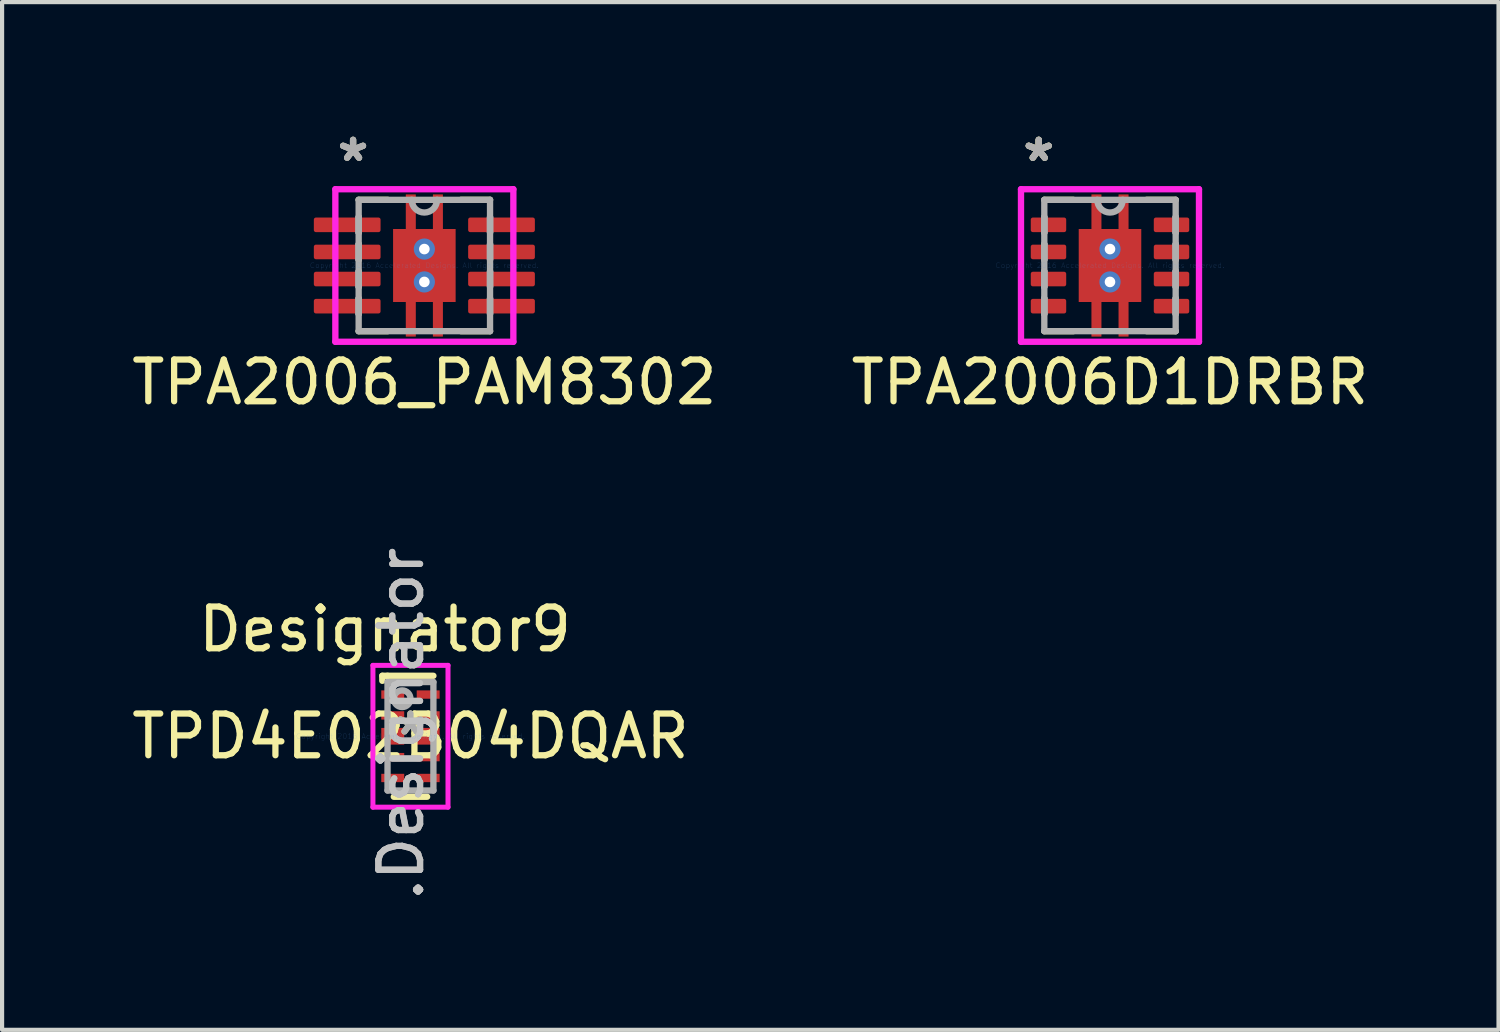
<source format=kicad_pcb>
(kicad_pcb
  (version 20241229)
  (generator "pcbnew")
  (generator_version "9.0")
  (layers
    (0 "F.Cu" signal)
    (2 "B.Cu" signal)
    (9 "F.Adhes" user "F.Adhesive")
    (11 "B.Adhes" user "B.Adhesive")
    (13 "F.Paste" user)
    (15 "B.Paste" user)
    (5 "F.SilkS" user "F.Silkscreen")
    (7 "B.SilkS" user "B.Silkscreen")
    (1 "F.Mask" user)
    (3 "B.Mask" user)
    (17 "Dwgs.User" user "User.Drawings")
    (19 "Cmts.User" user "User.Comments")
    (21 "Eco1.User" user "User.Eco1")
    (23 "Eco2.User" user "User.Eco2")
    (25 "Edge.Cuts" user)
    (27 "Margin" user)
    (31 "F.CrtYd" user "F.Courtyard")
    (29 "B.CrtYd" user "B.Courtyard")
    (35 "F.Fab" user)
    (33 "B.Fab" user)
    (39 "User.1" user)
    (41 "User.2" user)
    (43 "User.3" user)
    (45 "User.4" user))
  (footprint "TPA2006D1DRBR"
    (layer "F.Cu")
    (at 23.565 3.316)
    (property "Reference" "TPA2006D1DRBR" (at 0 2.8 0) (layer "F.SilkS") (effects (font (size 1 1) (thickness 0.15))))
    (fp_line (start -1.575 1.575) (end -0.88 1.575) (stroke (width 0.152) (type solid)) (layer "F.SilkS"))
    (fp_line (start -0.88 -1.575) (end -1.575 -1.575) (stroke (width 0.152) (type solid)) (layer "F.SilkS"))
    (fp_line (start 0.88 1.575) (end 1.575 1.575) (stroke (width 0.152) (type solid)) (layer "F.SilkS"))
    (fp_line (start 1.575 -1.575) (end 0.88 -1.575) (stroke (width 0.152) (type solid)) (layer "F.SilkS"))
    (fp_line (start -2.134 -1.829) (end 2.134 -1.829) (stroke (width 0.152) (type solid)) (layer "F.CrtYd"))
    (fp_line (start -2.134 1.829) (end -2.134 -1.829) (stroke (width 0.152) (type solid)) (layer "F.CrtYd"))
    (fp_line (start 2.134 -1.829) (end 2.134 1.829) (stroke (width 0.152) (type solid)) (layer "F.CrtYd"))
    (fp_line (start 2.134 1.829) (end -2.134 1.829) (stroke (width 0.152) (type solid)) (layer "F.CrtYd"))
    (fp_line (start -1.575 -1.575) (end -1.575 1.575) (stroke (width 0.152) (type solid)) (layer "F.Fab"))
    (fp_line (start -1.575 -1.16) (end -1.575 -1.16) (stroke (width 0.152) (type solid)) (layer "F.Fab"))
    (fp_line (start -1.575 -1.16) (end -1.575 -0.79) (stroke (width 0.152) (type solid)) (layer "F.Fab"))
    (fp_line (start -1.575 -0.79) (end -1.575 -1.16) (stroke (width 0.152) (type solid)) (layer "F.Fab"))
    (fp_line (start -1.575 -0.79) (end -1.575 -0.79) (stroke (width 0.152) (type solid)) (layer "F.Fab"))
    (fp_line (start -1.575 -0.51) (end -1.575 -0.51) (stroke (width 0.152) (type solid)) (layer "F.Fab"))
    (fp_line (start -1.575 -0.51) (end -1.575 -0.14) (stroke (width 0.152) (type solid)) (layer "F.Fab"))
    (fp_line (start -1.575 -0.14) (end -1.575 -0.51) (stroke (width 0.152) (type solid)) (layer "F.Fab"))
    (fp_line (start -1.575 -0.14) (end -1.575 -0.14) (stroke (width 0.152) (type solid)) (layer "F.Fab"))
    (fp_line (start -1.575 0.14) (end -1.575 0.14) (stroke (width 0.152) (type solid)) (layer "F.Fab"))
    (fp_line (start -1.575 0.14) (end -1.575 0.51) (stroke (width 0.152) (type solid)) (layer "F.Fab"))
    (fp_line (start -1.575 0.51) (end -1.575 0.14) (stroke (width 0.152) (type solid)) (layer "F.Fab"))
    (fp_line (start -1.575 0.51) (end -1.575 0.51) (stroke (width 0.152) (type solid)) (layer "F.Fab"))
    (fp_line (start -1.575 0.79) (end -1.575 0.79) (stroke (width 0.152) (type solid)) (layer "F.Fab"))
    (fp_line (start -1.575 0.79) (end -1.575 1.16) (stroke (width 0.152) (type solid)) (layer "F.Fab"))
    (fp_line (start -1.575 1.16) (end -1.575 0.79) (stroke (width 0.152) (type solid)) (layer "F.Fab"))
    (fp_line (start -1.575 1.16) (end -1.575 1.16) (stroke (width 0.152) (type solid)) (layer "F.Fab"))
    (fp_line (start -1.575 1.575) (end 1.575 1.575) (stroke (width 0.152) (type solid)) (layer "F.Fab"))
    (fp_line (start 1.575 -1.575) (end -1.575 -1.575) (stroke (width 0.152) (type solid)) (layer "F.Fab"))
    (fp_line (start 1.575 -1.16) (end 1.575 -1.16) (stroke (width 0.152) (type solid)) (layer "F.Fab"))
    (fp_line (start 1.575 -1.16) (end 1.575 -0.79) (stroke (width 0.152) (type solid)) (layer "F.Fab"))
    (fp_line (start 1.575 -0.79) (end 1.575 -1.16) (stroke (width 0.152) (type solid)) (layer "F.Fab"))
    (fp_line (start 1.575 -0.79) (end 1.575 -0.79) (stroke (width 0.152) (type solid)) (layer "F.Fab"))
    (fp_line (start 1.575 -0.51) (end 1.575 -0.51) (stroke (width 0.152) (type solid)) (layer "F.Fab"))
    (fp_line (start 1.575 -0.51) (end 1.575 -0.14) (stroke (width 0.152) (type solid)) (layer "F.Fab"))
    (fp_line (start 1.575 -0.14) (end 1.575 -0.51) (stroke (width 0.152) (type solid)) (layer "F.Fab"))
    (fp_line (start 1.575 -0.14) (end 1.575 -0.14) (stroke (width 0.152) (type solid)) (layer "F.Fab"))
    (fp_line (start 1.575 0.14) (end 1.575 0.14) (stroke (width 0.152) (type solid)) (layer "F.Fab"))
    (fp_line (start 1.575 0.14) (end 1.575 0.51) (stroke (width 0.152) (type solid)) (layer "F.Fab"))
    (fp_line (start 1.575 0.51) (end 1.575 0.14) (stroke (width 0.152) (type solid)) (layer "F.Fab"))
    (fp_line (start 1.575 0.51) (end 1.575 0.51) (stroke (width 0.152) (type solid)) (layer "F.Fab"))
    (fp_line (start 1.575 0.79) (end 1.575 0.79) (stroke (width 0.152) (type solid)) (layer "F.Fab"))
    (fp_line (start 1.575 0.79) (end 1.575 1.16) (stroke (width 0.152) (type solid)) (layer "F.Fab"))
    (fp_line (start 1.575 1.16) (end 1.575 0.79) (stroke (width 0.152) (type solid)) (layer "F.Fab"))
    (fp_line (start 1.575 1.16) (end 1.575 1.16) (stroke (width 0.152) (type solid)) (layer "F.Fab"))
    (fp_line (start 1.575 1.575) (end 1.575 -1.575) (stroke (width 0.152) (type solid)) (layer "F.Fab"))
    (fp_arc (start 0.3048 -1.574999) (mid 0 -1.270199) (end -0.3048 -1.574999) (stroke (width 0.1524) (type solid)) (layer "F.Fab"))
    (fp_text user "*" (at -1.709 -2.468 0) (layer "F.SilkS") (effects (font (size 1 1) (thickness 0.15))))
    (fp_text user "*" (at -1.709 -2.468 0) (layer "F.SilkS") (effects (font (size 1 1) (thickness 0.15))))
    (fp_text user "Copyright 2016 Accelerated Designs. All rights reserved." (at 0 0 0) (layer "Cmts.User") (effects (font (size 0.127 0.127) (thickness 0.002))))
    (fp_text user "*" (at -1.709 -2.468 0) (layer "F.Fab") (effects (font (size 1 1) (thickness 0.15))))
    (fp_text user "*" (at -1.709 -2.468 0) (layer "F.Fab") (effects (font (size 1 1) (thickness 0.15))))
    (pad "1" smd roundrect (at -1.475 -0.975) (size 0.85 0.35) (layers "F.Cu" "F.Mask" "F.Paste") (roundrect_rratio 0.143))
    (pad "2" smd roundrect (at -1.475 -0.325) (size 0.85 0.35) (layers "F.Cu" "F.Mask" "F.Paste") (roundrect_rratio 0.143))
    (pad "3" smd roundrect (at -1.475 0.325) (size 0.85 0.35) (layers "F.Cu" "F.Mask" "F.Paste") (roundrect_rratio 0.143))
    (pad "4" smd roundrect (at -1.475 0.975) (size 0.85 0.35) (layers "F.Cu" "F.Mask" "F.Paste") (roundrect_rratio 0.143))
    (pad "5" smd roundrect (at 1.475 0.975) (size 0.85 0.35) (layers "F.Cu" "F.Mask" "F.Paste") (roundrect_rratio 0.143))
    (pad "6" smd roundrect (at 1.475 0.325) (size 0.85 0.35) (layers "F.Cu" "F.Mask" "F.Paste") (roundrect_rratio 0.143))
    (pad "7" smd roundrect (at 1.475 -0.325) (size 0.85 0.35) (layers "F.Cu" "F.Mask" "F.Paste") (roundrect_rratio 0.143))
    (pad "8" smd roundrect (at 1.475 -0.975) (size 0.85 0.35) (layers "F.Cu" "F.Mask" "F.Paste") (roundrect_rratio 0.143))
    (pad "9" thru_hole circle (at 0 -0.394) (size 0.508 0.508) (drill 0.254) (layers "*.Cu" "*.Mask"))
    (pad "9" smd custom (at 0 0) (size 1.5 1.75) (layers "F.Cu" "F.Mask" "F.Paste") (options (anchor rect)) (primitives (gr_poly (pts (xy 0.21 0.875) (xy 0.44 0.875) (xy 0.44 1.7) (xy 0.21 1.7)) (width 0.01) (fill yes)) (gr_poly (pts (xy -0.21 -0.875) (xy -0.44 -0.875) (xy -0.44 -1.7) (xy -0.21 -1.7)) (width 0.01) (fill yes)) (gr_poly (pts (xy 0.44 -0.875) (xy 0.21 -0.875) (xy 0.21 -1.7) (xy 0.44 -1.7)) (width 0.01) (fill yes)) (gr_poly (pts (xy -0.44 0.875) (xy -0.21 0.875) (xy -0.21 1.7) (xy -0.44 1.7)) (width 0.01) (fill yes))))
    (pad "9" thru_hole circle (at 0 0.394) (size 0.508 0.508) (drill 0.254) (layers "*.Cu" "*.Mask")))
  (footprint "TPD4E02B04DQAR"
    (layer "F.Cu")
    (at 6.792 14.604)
    (property "Reference" "TPD4E02B04DQAR" (at 0 0 0) (layer "F.SilkS") (effects (font (size 1 1) (thickness 0.15))))
    (attr smd)
    (fp_line (start -0.675 -1.45) (end -0.55 -1.45) (stroke (width 0.152) (type solid)) (layer "F.SilkS"))
    (fp_line (start -0.675 -1.33) (end -0.675 -1.45) (stroke (width 0.152) (type solid)) (layer "F.SilkS"))
    (fp_line (start -0.55 -1.45) (end 0.55 -1.45) (stroke (width 0.152) (type solid)) (layer "F.SilkS"))
    (fp_line (start -0.4 1.45) (end 0.4 1.45) (stroke (width 0.152) (type solid)) (layer "F.SilkS"))
    (fp_line (start -0.9 -1.7) (end 0.9 -1.7) (stroke (width 0.12) (type solid)) (layer "F.CrtYd"))
    (fp_line (start -0.9 1.7) (end -0.9 -1.7) (stroke (width 0.12) (type solid)) (layer "F.CrtYd"))
    (fp_line (start 0.9 -1.7) (end 0.9 1.7) (stroke (width 0.12) (type solid)) (layer "F.CrtYd"))
    (fp_line (start 0.9 1.7) (end -0.9 1.7) (stroke (width 0.12) (type solid)) (layer "F.CrtYd"))
    (fp_line (start -0.55 -1.3) (end 0.55 -1.3) (stroke (width 0.152) (type solid)) (layer "F.Fab"))
    (fp_line (start -0.55 1.3) (end -0.55 -1.3) (stroke (width 0.152) (type solid)) (layer "F.Fab"))
    (fp_line (start -0.55 1.3) (end 0.55 1.3) (stroke (width 0.152) (type solid)) (layer "F.Fab"))
    (fp_line (start 0.55 1.3) (end 0.55 -1.3) (stroke (width 0.152) (type solid)) (layer "F.Fab"))
    (fp_circle (center -0.2 -0.9) (end 0 -0.9) (stroke (width 0.152) (type solid)) (fill no) (layer "F.Fab"))
    (fp_text user "*" (at 0 0 0) (layer "F.SilkS") (effects (font (size 1 1) (thickness 0.15))))
    (fp_text user "Designator9" (at -0.61 -2.565 0) (layer "F.SilkS") (effects (font (size 1 1) (thickness 0.15))))
    (fp_text user ".Designator" (at -0.225 -0.3 270) (layer "Dwgs.User") (effects (font (size 1 1) (thickness 0.15))))
    (fp_text user "Copyright 2016 Accelerated Designs. All rights reserved." (at 0 0 0) (layer "Cmts.User") (effects (font (size 0.127 0.127) (thickness 0.002))))
    (fp_text user ".Designator" (at -0.225 -0.3 270) (layer "F.Fab") (effects (font (size 1 1) (thickness 0.15))))
    (fp_text user "*" (at 0 0 0) (layer "F.Fab") (effects (font (size 1 1) (thickness 0.15))))
    (pad "1" smd rect (at -0.425 -1 90) (size 0.2 0.55) (layers "F.Cu" "F.Mask" "F.Paste"))
    (pad "2" smd rect (at -0.425 -0.5 90) (size 0.2 0.55) (layers "F.Cu" "F.Mask" "F.Paste"))
    (pad "3" smd rect (at -0.425 -0.000003 90) (size 0.4 0.55) (layers "F.Cu" "F.Mask" "F.Paste"))
    (pad "4" smd rect (at -0.425 0.5 90) (size 0.2 0.55) (layers "F.Cu" "F.Mask" "F.Paste"))
    (pad "5" smd rect (at -0.425 1 90) (size 0.2 0.55) (layers "F.Cu" "F.Mask" "F.Paste"))
    (pad "6" smd rect (at 0.425 1 90) (size 0.2 0.55) (layers "F.Cu" "F.Mask" "F.Paste"))
    (pad "7" smd rect (at 0.425 0.5 90) (size 0.2 0.55) (layers "F.Cu" "F.Mask" "F.Paste"))
    (pad "8" smd rect (at 0.425 -0.000003 90) (size 0.4 0.55) (layers "F.Cu" "F.Mask" "F.Paste"))
    (pad "9" smd rect (at 0.425 -0.5 90) (size 0.2 0.55) (layers "F.Cu" "F.Mask" "F.Paste"))
    (pad "10" smd rect (at 0.425 -1 90) (size 0.2 0.55) (layers "F.Cu" "F.Mask" "F.Paste")))
  (footprint "TPA2006_PAM8302"
    (layer "F.Cu")
    (at 7.125 3.316)
    (property "Reference" "TPA2006_PAM8302" (at 0 2.8 0) (layer "F.SilkS") (effects (font (size 1 1) (thickness 0.15))))
    (fp_line (start -1.575 1.575) (end -0.88 1.575) (stroke (width 0.152) (type solid)) (layer "F.SilkS"))
    (fp_line (start -0.88 -1.575) (end -1.575 -1.575) (stroke (width 0.152) (type solid)) (layer "F.SilkS"))
    (fp_line (start 0.88 1.575) (end 1.575 1.575) (stroke (width 0.152) (type solid)) (layer "F.SilkS"))
    (fp_line (start 1.575 -1.575) (end 0.88 -1.575) (stroke (width 0.152) (type solid)) (layer "F.SilkS"))
    (fp_line (start -2.134 -1.829) (end 2.134 -1.829) (stroke (width 0.152) (type solid)) (layer "F.CrtYd"))
    (fp_line (start -2.134 1.829) (end -2.134 -1.829) (stroke (width 0.152) (type solid)) (layer "F.CrtYd"))
    (fp_line (start 2.134 -1.829) (end 2.134 1.829) (stroke (width 0.152) (type solid)) (layer "F.CrtYd"))
    (fp_line (start 2.134 1.829) (end -2.134 1.829) (stroke (width 0.152) (type solid)) (layer "F.CrtYd"))
    (fp_line (start -1.575 -1.575) (end -1.575 1.575) (stroke (width 0.152) (type solid)) (layer "F.Fab"))
    (fp_line (start -1.575 -1.16) (end -1.575 -1.16) (stroke (width 0.152) (type solid)) (layer "F.Fab"))
    (fp_line (start -1.575 -1.16) (end -1.575 -0.79) (stroke (width 0.152) (type solid)) (layer "F.Fab"))
    (fp_line (start -1.575 -0.79) (end -1.575 -1.16) (stroke (width 0.152) (type solid)) (layer "F.Fab"))
    (fp_line (start -1.575 -0.79) (end -1.575 -0.79) (stroke (width 0.152) (type solid)) (layer "F.Fab"))
    (fp_line (start -1.575 -0.51) (end -1.575 -0.51) (stroke (width 0.152) (type solid)) (layer "F.Fab"))
    (fp_line (start -1.575 -0.51) (end -1.575 -0.14) (stroke (width 0.152) (type solid)) (layer "F.Fab"))
    (fp_line (start -1.575 -0.14) (end -1.575 -0.51) (stroke (width 0.152) (type solid)) (layer "F.Fab"))
    (fp_line (start -1.575 -0.14) (end -1.575 -0.14) (stroke (width 0.152) (type solid)) (layer "F.Fab"))
    (fp_line (start -1.575 0.14) (end -1.575 0.14) (stroke (width 0.152) (type solid)) (layer "F.Fab"))
    (fp_line (start -1.575 0.14) (end -1.575 0.51) (stroke (width 0.152) (type solid)) (layer "F.Fab"))
    (fp_line (start -1.575 0.51) (end -1.575 0.14) (stroke (width 0.152) (type solid)) (layer "F.Fab"))
    (fp_line (start -1.575 0.51) (end -1.575 0.51) (stroke (width 0.152) (type solid)) (layer "F.Fab"))
    (fp_line (start -1.575 0.79) (end -1.575 0.79) (stroke (width 0.152) (type solid)) (layer "F.Fab"))
    (fp_line (start -1.575 0.79) (end -1.575 1.16) (stroke (width 0.152) (type solid)) (layer "F.Fab"))
    (fp_line (start -1.575 1.16) (end -1.575 0.79) (stroke (width 0.152) (type solid)) (layer "F.Fab"))
    (fp_line (start -1.575 1.16) (end -1.575 1.16) (stroke (width 0.152) (type solid)) (layer "F.Fab"))
    (fp_line (start -1.575 1.575) (end 1.575 1.575) (stroke (width 0.152) (type solid)) (layer "F.Fab"))
    (fp_line (start 1.575 -1.575) (end -1.575 -1.575) (stroke (width 0.152) (type solid)) (layer "F.Fab"))
    (fp_line (start 1.575 -1.16) (end 1.575 -1.16) (stroke (width 0.152) (type solid)) (layer "F.Fab"))
    (fp_line (start 1.575 -1.16) (end 1.575 -0.79) (stroke (width 0.152) (type solid)) (layer "F.Fab"))
    (fp_line (start 1.575 -0.79) (end 1.575 -1.16) (stroke (width 0.152) (type solid)) (layer "F.Fab"))
    (fp_line (start 1.575 -0.79) (end 1.575 -0.79) (stroke (width 0.152) (type solid)) (layer "F.Fab"))
    (fp_line (start 1.575 -0.51) (end 1.575 -0.51) (stroke (width 0.152) (type solid)) (layer "F.Fab"))
    (fp_line (start 1.575 -0.51) (end 1.575 -0.14) (stroke (width 0.152) (type solid)) (layer "F.Fab"))
    (fp_line (start 1.575 -0.14) (end 1.575 -0.51) (stroke (width 0.152) (type solid)) (layer "F.Fab"))
    (fp_line (start 1.575 -0.14) (end 1.575 -0.14) (stroke (width 0.152) (type solid)) (layer "F.Fab"))
    (fp_line (start 1.575 0.14) (end 1.575 0.14) (stroke (width 0.152) (type solid)) (layer "F.Fab"))
    (fp_line (start 1.575 0.14) (end 1.575 0.51) (stroke (width 0.152) (type solid)) (layer "F.Fab"))
    (fp_line (start 1.575 0.51) (end 1.575 0.14) (stroke (width 0.152) (type solid)) (layer "F.Fab"))
    (fp_line (start 1.575 0.51) (end 1.575 0.51) (stroke (width 0.152) (type solid)) (layer "F.Fab"))
    (fp_line (start 1.575 0.79) (end 1.575 0.79) (stroke (width 0.152) (type solid)) (layer "F.Fab"))
    (fp_line (start 1.575 0.79) (end 1.575 1.16) (stroke (width 0.152) (type solid)) (layer "F.Fab"))
    (fp_line (start 1.575 1.16) (end 1.575 0.79) (stroke (width 0.152) (type solid)) (layer "F.Fab"))
    (fp_line (start 1.575 1.16) (end 1.575 1.16) (stroke (width 0.152) (type solid)) (layer "F.Fab"))
    (fp_line (start 1.575 1.575) (end 1.575 -1.575) (stroke (width 0.152) (type solid)) (layer "F.Fab"))
    (fp_arc (start 0.3048 -1.574999) (mid 0 -1.270199) (end -0.3048 -1.574999) (stroke (width 0.1524) (type solid)) (layer "F.Fab"))
    (fp_text user "*" (at -1.709 -2.468 0) (layer "F.SilkS") (effects (font (size 1 1) (thickness 0.15))))
    (fp_text user "Copyright 2016 Accelerated Designs. All rights reserved." (at 0 0 0) (layer "Cmts.User") (effects (font (size 0.127 0.127) (thickness 0.002))))
    (fp_text user "*" (at -1.709 -2.468 0) (layer "F.Fab") (effects (font (size 1 1) (thickness 0.15))))
    (fp_text user "*" (at -1.709 -2.468 0) (layer "F.Fab") (effects (font (size 1 1) (thickness 0.15))))
    (pad "" smd rect (at -0.325 -1.337) (size 0.23 0.725) (property pad_prop_heatsink) (layers "F.Paste"))
    (pad "" smd rect (at -0.325 1.337) (size 0.23 0.725) (property pad_prop_heatsink) (layers "F.Paste"))
    (pad "" smd rect (at 0 0) (size 1.34 1.55) (property pad_prop_heatsink) (layers "F.Paste"))
    (pad "" smd rect (at 0.325 -1.337) (size 0.23 0.725) (property pad_prop_heatsink) (layers "F.Paste"))
    (pad "" smd rect (at 0.325 1.337) (size 0.23 0.725) (property pad_prop_heatsink) (layers "F.Paste"))
    (pad "1" smd roundrect (at -1.85 -0.975) (size 1.6 0.35) (layers "F.Cu" "F.Mask" "F.Paste") (roundrect_rratio 0.143))
    (pad "2" smd roundrect (at -1.85 -0.325) (size 1.6 0.35) (layers "F.Cu" "F.Mask" "F.Paste") (roundrect_rratio 0.143))
    (pad "3" smd roundrect (at -1.85 0.325) (size 1.6 0.35) (layers "F.Cu" "F.Mask" "F.Paste") (roundrect_rratio 0.143))
    (pad "4" smd roundrect (at -1.85 0.975) (size 1.6 0.35) (layers "F.Cu" "F.Mask" "F.Paste") (roundrect_rratio 0.143))
    (pad "5" smd roundrect (at 1.85 0.975) (size 1.6 0.35) (layers "F.Cu" "F.Mask" "F.Paste") (roundrect_rratio 0.143))
    (pad "6" smd roundrect (at 1.85 0.325) (size 1.6 0.35) (layers "F.Cu" "F.Mask" "F.Paste") (roundrect_rratio 0.143))
    (pad "7" smd roundrect (at 1.85 -0.325) (size 1.6 0.35) (layers "F.Cu" "F.Mask" "F.Paste") (roundrect_rratio 0.143))
    (pad "8" smd roundrect (at 1.85 -0.975) (size 1.6 0.35) (layers "F.Cu" "F.Mask" "F.Paste") (roundrect_rratio 0.143))
    (pad "9" thru_hole circle (at 0 -0.394) (size 0.508 0.508) (drill 0.254) (layers "*.Cu" "*.Mask"))
    (pad "9" smd custom (at 0 0) (size 1.5 1.75) (property pad_prop_heatsink) (layers "F.Cu" "F.Mask") (options (anchor rect)) (primitives (gr_poly (pts (xy 0.44 1.7) (xy 0.21 1.7) (xy 0.21 0.875) (xy 0.44 0.875)) (width 0.01) (fill yes)) (gr_poly (pts (xy -0.21 -0.875) (xy -0.44 -0.875) (xy -0.44 -1.7) (xy -0.21 -1.7)) (width 0.01) (fill yes)) (gr_poly (pts (xy 0.44 -0.875) (xy 0.21 -0.875) (xy 0.21 -1.7) (xy 0.44 -1.7)) (width 0.01) (fill yes)) (gr_poly (pts (xy -0.21 1.7) (xy -0.44 1.7) (xy -0.44 0.875) (xy -0.21 0.875)) (width 0.01) (fill yes))))
    (pad "9" thru_hole circle (at 0 0.394) (size 0.508 0.508) (drill 0.254) (layers "*.Cu" "*.Mask")))
  (gr_rect
    (start -3 -3)
    (end 32.881 21.643)
    (stroke (width 0.1) (type default))
    (fill no)
    (layer "Edge.Cuts")))
</source>
